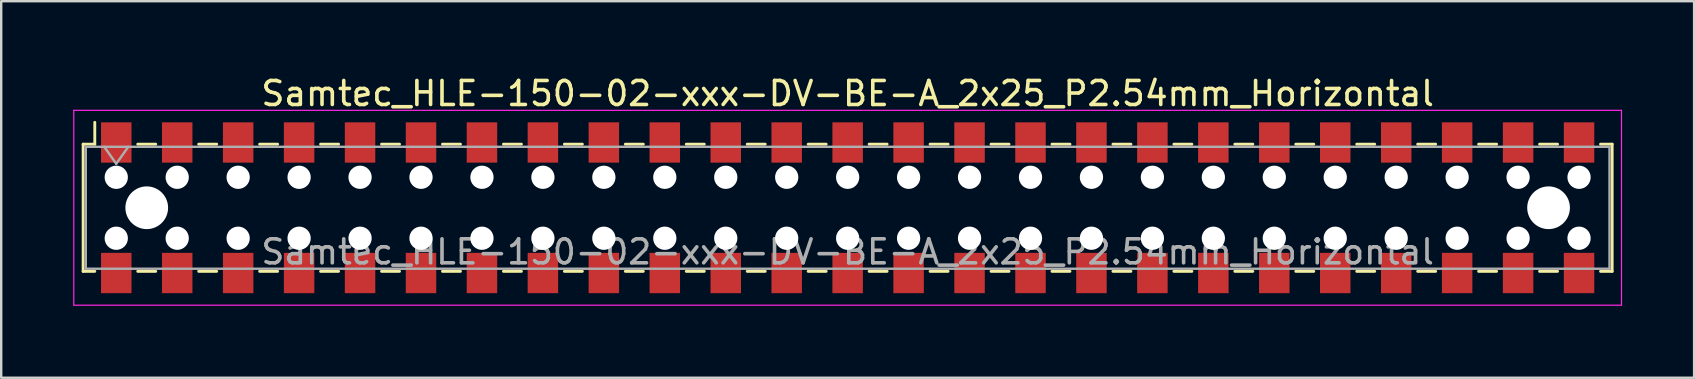
<source format=kicad_pcb>
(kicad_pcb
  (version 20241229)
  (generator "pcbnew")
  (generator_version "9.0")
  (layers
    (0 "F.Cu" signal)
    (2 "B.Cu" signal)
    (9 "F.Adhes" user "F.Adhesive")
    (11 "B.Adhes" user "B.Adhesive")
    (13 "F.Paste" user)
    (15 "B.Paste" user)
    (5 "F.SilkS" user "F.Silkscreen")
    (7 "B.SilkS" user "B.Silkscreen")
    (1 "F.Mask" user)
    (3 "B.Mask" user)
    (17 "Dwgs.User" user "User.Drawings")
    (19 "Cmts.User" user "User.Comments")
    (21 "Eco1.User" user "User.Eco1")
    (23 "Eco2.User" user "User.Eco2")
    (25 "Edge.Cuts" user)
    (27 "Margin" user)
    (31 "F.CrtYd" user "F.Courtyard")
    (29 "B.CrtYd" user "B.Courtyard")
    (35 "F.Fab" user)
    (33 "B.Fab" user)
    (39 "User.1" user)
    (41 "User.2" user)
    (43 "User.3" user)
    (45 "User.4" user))
  (footprint "Samtec_HLE-150-02-xxx-DV-BE-A_2x25_P2.54mm_Horizontal"
    (layer "F.Cu")
    (at 32.275 5.608)
    (property "Reference" "Samtec_HLE-150-02-xxx-DV-BE-A_2x25_P2.54mm_Horizontal" (at 0 -4.76 0) (layer "F.SilkS") (effects (font (size 1 1) (thickness 0.15))))
    (attr smd)
    (fp_line (start -31.86 -2.65) (end -31.86 2.65) (stroke (width 0.12) (type solid)) (layer "F.SilkS"))
    (fp_line (start -31.86 2.65) (end -31.375 2.65) (stroke (width 0.12) (type solid)) (layer "F.SilkS"))
    (fp_line (start -31.375 -3.56) (end -31.375 -2.65) (stroke (width 0.12) (type solid)) (layer "F.SilkS"))
    (fp_line (start -31.375 -2.65) (end -31.86 -2.65) (stroke (width 0.12) (type solid)) (layer "F.SilkS"))
    (fp_line (start -29.585 -2.65) (end -28.835 -2.65) (stroke (width 0.12) (type solid)) (layer "F.SilkS"))
    (fp_line (start -29.585 2.65) (end -28.835 2.65) (stroke (width 0.12) (type solid)) (layer "F.SilkS"))
    (fp_line (start -27.045 -2.65) (end -26.295 -2.65) (stroke (width 0.12) (type solid)) (layer "F.SilkS"))
    (fp_line (start -27.045 2.65) (end -26.295 2.65) (stroke (width 0.12) (type solid)) (layer "F.SilkS"))
    (fp_line (start -24.505 -2.65) (end -23.755 -2.65) (stroke (width 0.12) (type solid)) (layer "F.SilkS"))
    (fp_line (start -24.505 2.65) (end -23.755 2.65) (stroke (width 0.12) (type solid)) (layer "F.SilkS"))
    (fp_line (start -21.965 -2.65) (end -21.215 -2.65) (stroke (width 0.12) (type solid)) (layer "F.SilkS"))
    (fp_line (start -21.965 2.65) (end -21.215 2.65) (stroke (width 0.12) (type solid)) (layer "F.SilkS"))
    (fp_line (start -19.425 -2.65) (end -18.675 -2.65) (stroke (width 0.12) (type solid)) (layer "F.SilkS"))
    (fp_line (start -19.425 2.65) (end -18.675 2.65) (stroke (width 0.12) (type solid)) (layer "F.SilkS"))
    (fp_line (start -16.885 -2.65) (end -16.135 -2.65) (stroke (width 0.12) (type solid)) (layer "F.SilkS"))
    (fp_line (start -16.885 2.65) (end -16.135 2.65) (stroke (width 0.12) (type solid)) (layer "F.SilkS"))
    (fp_line (start -14.345 -2.65) (end -13.595 -2.65) (stroke (width 0.12) (type solid)) (layer "F.SilkS"))
    (fp_line (start -14.345 2.65) (end -13.595 2.65) (stroke (width 0.12) (type solid)) (layer "F.SilkS"))
    (fp_line (start -11.805 -2.65) (end -11.055 -2.65) (stroke (width 0.12) (type solid)) (layer "F.SilkS"))
    (fp_line (start -11.805 2.65) (end -11.055 2.65) (stroke (width 0.12) (type solid)) (layer "F.SilkS"))
    (fp_line (start -9.265 -2.65) (end -8.515 -2.65) (stroke (width 0.12) (type solid)) (layer "F.SilkS"))
    (fp_line (start -9.265 2.65) (end -8.515 2.65) (stroke (width 0.12) (type solid)) (layer "F.SilkS"))
    (fp_line (start -6.725 -2.65) (end -5.975 -2.65) (stroke (width 0.12) (type solid)) (layer "F.SilkS"))
    (fp_line (start -6.725 2.65) (end -5.975 2.65) (stroke (width 0.12) (type solid)) (layer "F.SilkS"))
    (fp_line (start -4.185 -2.65) (end -3.435 -2.65) (stroke (width 0.12) (type solid)) (layer "F.SilkS"))
    (fp_line (start -4.185 2.65) (end -3.435 2.65) (stroke (width 0.12) (type solid)) (layer "F.SilkS"))
    (fp_line (start -1.645 -2.65) (end -0.895 -2.65) (stroke (width 0.12) (type solid)) (layer "F.SilkS"))
    (fp_line (start -1.645 2.65) (end -0.895 2.65) (stroke (width 0.12) (type solid)) (layer "F.SilkS"))
    (fp_line (start 0.895 -2.65) (end 1.645 -2.65) (stroke (width 0.12) (type solid)) (layer "F.SilkS"))
    (fp_line (start 0.895 2.65) (end 1.645 2.65) (stroke (width 0.12) (type solid)) (layer "F.SilkS"))
    (fp_line (start 3.435 -2.65) (end 4.185 -2.65) (stroke (width 0.12) (type solid)) (layer "F.SilkS"))
    (fp_line (start 3.435 2.65) (end 4.185 2.65) (stroke (width 0.12) (type solid)) (layer "F.SilkS"))
    (fp_line (start 5.975 -2.65) (end 6.725 -2.65) (stroke (width 0.12) (type solid)) (layer "F.SilkS"))
    (fp_line (start 5.975 2.65) (end 6.725 2.65) (stroke (width 0.12) (type solid)) (layer "F.SilkS"))
    (fp_line (start 8.515 -2.65) (end 9.265 -2.65) (stroke (width 0.12) (type solid)) (layer "F.SilkS"))
    (fp_line (start 8.515 2.65) (end 9.265 2.65) (stroke (width 0.12) (type solid)) (layer "F.SilkS"))
    (fp_line (start 11.055 -2.65) (end 11.805 -2.65) (stroke (width 0.12) (type solid)) (layer "F.SilkS"))
    (fp_line (start 11.055 2.65) (end 11.805 2.65) (stroke (width 0.12) (type solid)) (layer "F.SilkS"))
    (fp_line (start 13.595 -2.65) (end 14.345 -2.65) (stroke (width 0.12) (type solid)) (layer "F.SilkS"))
    (fp_line (start 13.595 2.65) (end 14.345 2.65) (stroke (width 0.12) (type solid)) (layer "F.SilkS"))
    (fp_line (start 16.135 -2.65) (end 16.885 -2.65) (stroke (width 0.12) (type solid)) (layer "F.SilkS"))
    (fp_line (start 16.135 2.65) (end 16.885 2.65) (stroke (width 0.12) (type solid)) (layer "F.SilkS"))
    (fp_line (start 18.675 -2.65) (end 19.425 -2.65) (stroke (width 0.12) (type solid)) (layer "F.SilkS"))
    (fp_line (start 18.675 2.65) (end 19.425 2.65) (stroke (width 0.12) (type solid)) (layer "F.SilkS"))
    (fp_line (start 21.215 -2.65) (end 21.965 -2.65) (stroke (width 0.12) (type solid)) (layer "F.SilkS"))
    (fp_line (start 21.215 2.65) (end 21.965 2.65) (stroke (width 0.12) (type solid)) (layer "F.SilkS"))
    (fp_line (start 23.755 -2.65) (end 24.505 -2.65) (stroke (width 0.12) (type solid)) (layer "F.SilkS"))
    (fp_line (start 23.755 2.65) (end 24.505 2.65) (stroke (width 0.12) (type solid)) (layer "F.SilkS"))
    (fp_line (start 26.295 -2.65) (end 27.045 -2.65) (stroke (width 0.12) (type solid)) (layer "F.SilkS"))
    (fp_line (start 26.295 2.65) (end 27.045 2.65) (stroke (width 0.12) (type solid)) (layer "F.SilkS"))
    (fp_line (start 28.835 -2.65) (end 29.585 -2.65) (stroke (width 0.12) (type solid)) (layer "F.SilkS"))
    (fp_line (start 28.835 2.65) (end 29.585 2.65) (stroke (width 0.12) (type solid)) (layer "F.SilkS"))
    (fp_line (start 31.375 -2.65) (end 31.86 -2.65) (stroke (width 0.12) (type solid)) (layer "F.SilkS"))
    (fp_line (start 31.86 -2.65) (end 31.86 2.65) (stroke (width 0.12) (type solid)) (layer "F.SilkS"))
    (fp_line (start 31.86 2.65) (end 31.375 2.65) (stroke (width 0.12) (type solid)) (layer "F.SilkS"))
    (fp_line (start -32.25 -4.06) (end 32.25 -4.06) (stroke (width 0.05) (type solid)) (layer "F.CrtYd"))
    (fp_line (start -32.25 4.06) (end -32.25 -4.06) (stroke (width 0.05) (type solid)) (layer "F.CrtYd"))
    (fp_line (start 32.25 -4.06) (end 32.25 4.06) (stroke (width 0.05) (type solid)) (layer "F.CrtYd"))
    (fp_line (start 32.25 4.06) (end -32.25 4.06) (stroke (width 0.05) (type solid)) (layer "F.CrtYd"))
    (fp_line (start -31.75 -2.54) (end 31.75 -2.54) (stroke (width 0.1) (type solid)) (layer "F.Fab"))
    (fp_line (start -31.75 2.54) (end -31.75 -2.54) (stroke (width 0.1) (type solid)) (layer "F.Fab"))
    (fp_line (start -30.98 -2.54) (end -30.48 -1.833) (stroke (width 0.1) (type solid)) (layer "F.Fab"))
    (fp_line (start -30.48 -1.833) (end -29.98 -2.54) (stroke (width 0.1) (type solid)) (layer "F.Fab"))
    (fp_line (start 31.75 -2.54) (end 31.75 2.54) (stroke (width 0.1) (type solid)) (layer "F.Fab"))
    (fp_line (start 31.75 2.54) (end -31.75 2.54) (stroke (width 0.1) (type solid)) (layer "F.Fab"))
    (fp_text user "${REFERENCE}" (at 0 1.84 0) (layer "F.Fab") (effects (font (size 1 1) (thickness 0.15))))
    (pad "" np_thru_hole circle (at -30.48 -1.27) (size 0.97 0.97) (drill 0.97) (layers "*.Cu" "*.Mask"))
    (pad "" np_thru_hole circle (at -30.48 1.27) (size 0.97 0.97) (drill 0.97) (layers "*.Cu" "*.Mask"))
    (pad "" np_thru_hole circle (at -29.21 0) (size 1.78 1.78) (drill 1.78) (layers "*.Cu" "*.Mask"))
    (pad "" np_thru_hole circle (at -27.94 -1.27) (size 0.97 0.97) (drill 0.97) (layers "*.Cu" "*.Mask"))
    (pad "" np_thru_hole circle (at -27.94 1.27) (size 0.97 0.97) (drill 0.97) (layers "*.Cu" "*.Mask"))
    (pad "" np_thru_hole circle (at -25.4 -1.27) (size 0.97 0.97) (drill 0.97) (layers "*.Cu" "*.Mask"))
    (pad "" np_thru_hole circle (at -25.4 1.27) (size 0.97 0.97) (drill 0.97) (layers "*.Cu" "*.Mask"))
    (pad "" np_thru_hole circle (at -22.86 -1.27) (size 0.97 0.97) (drill 0.97) (layers "*.Cu" "*.Mask"))
    (pad "" np_thru_hole circle (at -22.86 1.27) (size 0.97 0.97) (drill 0.97) (layers "*.Cu" "*.Mask"))
    (pad "" np_thru_hole circle (at -20.32 -1.27) (size 0.97 0.97) (drill 0.97) (layers "*.Cu" "*.Mask"))
    (pad "" np_thru_hole circle (at -20.32 1.27) (size 0.97 0.97) (drill 0.97) (layers "*.Cu" "*.Mask"))
    (pad "" np_thru_hole circle (at -17.78 -1.27) (size 0.97 0.97) (drill 0.97) (layers "*.Cu" "*.Mask"))
    (pad "" np_thru_hole circle (at -17.78 1.27) (size 0.97 0.97) (drill 0.97) (layers "*.Cu" "*.Mask"))
    (pad "" np_thru_hole circle (at -15.24 -1.27) (size 0.97 0.97) (drill 0.97) (layers "*.Cu" "*.Mask"))
    (pad "" np_thru_hole circle (at -15.24 1.27) (size 0.97 0.97) (drill 0.97) (layers "*.Cu" "*.Mask"))
    (pad "" np_thru_hole circle (at -12.7 -1.27) (size 0.97 0.97) (drill 0.97) (layers "*.Cu" "*.Mask"))
    (pad "" np_thru_hole circle (at -12.7 1.27) (size 0.97 0.97) (drill 0.97) (layers "*.Cu" "*.Mask"))
    (pad "" np_thru_hole circle (at -10.16 -1.27) (size 0.97 0.97) (drill 0.97) (layers "*.Cu" "*.Mask"))
    (pad "" np_thru_hole circle (at -10.16 1.27) (size 0.97 0.97) (drill 0.97) (layers "*.Cu" "*.Mask"))
    (pad "" np_thru_hole circle (at -7.62 -1.27) (size 0.97 0.97) (drill 0.97) (layers "*.Cu" "*.Mask"))
    (pad "" np_thru_hole circle (at -7.62 1.27) (size 0.97 0.97) (drill 0.97) (layers "*.Cu" "*.Mask"))
    (pad "" np_thru_hole circle (at -5.08 -1.27) (size 0.97 0.97) (drill 0.97) (layers "*.Cu" "*.Mask"))
    (pad "" np_thru_hole circle (at -5.08 1.27) (size 0.97 0.97) (drill 0.97) (layers "*.Cu" "*.Mask"))
    (pad "" np_thru_hole circle (at -2.54 -1.27) (size 0.97 0.97) (drill 0.97) (layers "*.Cu" "*.Mask"))
    (pad "" np_thru_hole circle (at -2.54 1.27) (size 0.97 0.97) (drill 0.97) (layers "*.Cu" "*.Mask"))
    (pad "" np_thru_hole circle (at 0 -1.27) (size 0.97 0.97) (drill 0.97) (layers "*.Cu" "*.Mask"))
    (pad "" np_thru_hole circle (at 0 1.27) (size 0.97 0.97) (drill 0.97) (layers "*.Cu" "*.Mask"))
    (pad "" np_thru_hole circle (at 2.54 -1.27) (size 0.97 0.97) (drill 0.97) (layers "*.Cu" "*.Mask"))
    (pad "" np_thru_hole circle (at 2.54 1.27) (size 0.97 0.97) (drill 0.97) (layers "*.Cu" "*.Mask"))
    (pad "" np_thru_hole circle (at 5.08 -1.27) (size 0.97 0.97) (drill 0.97) (layers "*.Cu" "*.Mask"))
    (pad "" np_thru_hole circle (at 5.08 1.27) (size 0.97 0.97) (drill 0.97) (layers "*.Cu" "*.Mask"))
    (pad "" np_thru_hole circle (at 7.62 -1.27) (size 0.97 0.97) (drill 0.97) (layers "*.Cu" "*.Mask"))
    (pad "" np_thru_hole circle (at 7.62 1.27) (size 0.97 0.97) (drill 0.97) (layers "*.Cu" "*.Mask"))
    (pad "" np_thru_hole circle (at 10.16 -1.27) (size 0.97 0.97) (drill 0.97) (layers "*.Cu" "*.Mask"))
    (pad "" np_thru_hole circle (at 10.16 1.27) (size 0.97 0.97) (drill 0.97) (layers "*.Cu" "*.Mask"))
    (pad "" np_thru_hole circle (at 12.7 -1.27) (size 0.97 0.97) (drill 0.97) (layers "*.Cu" "*.Mask"))
    (pad "" np_thru_hole circle (at 12.7 1.27) (size 0.97 0.97) (drill 0.97) (layers "*.Cu" "*.Mask"))
    (pad "" np_thru_hole circle (at 15.24 -1.27) (size 0.97 0.97) (drill 0.97) (layers "*.Cu" "*.Mask"))
    (pad "" np_thru_hole circle (at 15.24 1.27) (size 0.97 0.97) (drill 0.97) (layers "*.Cu" "*.Mask"))
    (pad "" np_thru_hole circle (at 17.78 -1.27) (size 0.97 0.97) (drill 0.97) (layers "*.Cu" "*.Mask"))
    (pad "" np_thru_hole circle (at 17.78 1.27) (size 0.97 0.97) (drill 0.97) (layers "*.Cu" "*.Mask"))
    (pad "" np_thru_hole circle (at 20.32 -1.27) (size 0.97 0.97) (drill 0.97) (layers "*.Cu" "*.Mask"))
    (pad "" np_thru_hole circle (at 20.32 1.27) (size 0.97 0.97) (drill 0.97) (layers "*.Cu" "*.Mask"))
    (pad "" np_thru_hole circle (at 22.86 -1.27) (size 0.97 0.97) (drill 0.97) (layers "*.Cu" "*.Mask"))
    (pad "" np_thru_hole circle (at 22.86 1.27) (size 0.97 0.97) (drill 0.97) (layers "*.Cu" "*.Mask"))
    (pad "" np_thru_hole circle (at 25.4 -1.27) (size 0.97 0.97) (drill 0.97) (layers "*.Cu" "*.Mask"))
    (pad "" np_thru_hole circle (at 25.4 1.27) (size 0.97 0.97) (drill 0.97) (layers "*.Cu" "*.Mask"))
    (pad "" np_thru_hole circle (at 27.94 -1.27) (size 0.97 0.97) (drill 0.97) (layers "*.Cu" "*.Mask"))
    (pad "" np_thru_hole circle (at 27.94 1.27) (size 0.97 0.97) (drill 0.97) (layers "*.Cu" "*.Mask"))
    (pad "" np_thru_hole circle (at 29.21 0) (size 1.78 1.78) (drill 1.78) (layers "*.Cu" "*.Mask"))
    (pad "" np_thru_hole circle (at 30.48 -1.27) (size 0.97 0.97) (drill 0.97) (layers "*.Cu" "*.Mask"))
    (pad "" np_thru_hole circle (at 30.48 1.27) (size 0.97 0.97) (drill 0.97) (layers "*.Cu" "*.Mask"))
    (pad "1" smd rect (at -30.48 -2.72) (size 1.27 1.68) (layers "F.Cu" "F.Mask" "F.Paste"))
    (pad "2" smd rect (at -30.48 2.72) (size 1.27 1.68) (layers "F.Cu" "F.Mask" "F.Paste"))
    (pad "3" smd rect (at -27.94 -2.72) (size 1.27 1.68) (layers "F.Cu" "F.Mask" "F.Paste"))
    (pad "4" smd rect (at -27.94 2.72) (size 1.27 1.68) (layers "F.Cu" "F.Mask" "F.Paste"))
    (pad "5" smd rect (at -25.4 -2.72) (size 1.27 1.68) (layers "F.Cu" "F.Mask" "F.Paste"))
    (pad "6" smd rect (at -25.4 2.72) (size 1.27 1.68) (layers "F.Cu" "F.Mask" "F.Paste"))
    (pad "7" smd rect (at -22.86 -2.72) (size 1.27 1.68) (layers "F.Cu" "F.Mask" "F.Paste"))
    (pad "8" smd rect (at -22.86 2.72) (size 1.27 1.68) (layers "F.Cu" "F.Mask" "F.Paste"))
    (pad "9" smd rect (at -20.32 -2.72) (size 1.27 1.68) (layers "F.Cu" "F.Mask" "F.Paste"))
    (pad "10" smd rect (at -20.32 2.72) (size 1.27 1.68) (layers "F.Cu" "F.Mask" "F.Paste"))
    (pad "11" smd rect (at -17.78 -2.72) (size 1.27 1.68) (layers "F.Cu" "F.Mask" "F.Paste"))
    (pad "12" smd rect (at -17.78 2.72) (size 1.27 1.68) (layers "F.Cu" "F.Mask" "F.Paste"))
    (pad "13" smd rect (at -15.24 -2.72) (size 1.27 1.68) (layers "F.Cu" "F.Mask" "F.Paste"))
    (pad "14" smd rect (at -15.24 2.72) (size 1.27 1.68) (layers "F.Cu" "F.Mask" "F.Paste"))
    (pad "15" smd rect (at -12.7 -2.72) (size 1.27 1.68) (layers "F.Cu" "F.Mask" "F.Paste"))
    (pad "16" smd rect (at -12.7 2.72) (size 1.27 1.68) (layers "F.Cu" "F.Mask" "F.Paste"))
    (pad "17" smd rect (at -10.16 -2.72) (size 1.27 1.68) (layers "F.Cu" "F.Mask" "F.Paste"))
    (pad "18" smd rect (at -10.16 2.72) (size 1.27 1.68) (layers "F.Cu" "F.Mask" "F.Paste"))
    (pad "19" smd rect (at -7.62 -2.72) (size 1.27 1.68) (layers "F.Cu" "F.Mask" "F.Paste"))
    (pad "20" smd rect (at -7.62 2.72) (size 1.27 1.68) (layers "F.Cu" "F.Mask" "F.Paste"))
    (pad "21" smd rect (at -5.08 -2.72) (size 1.27 1.68) (layers "F.Cu" "F.Mask" "F.Paste"))
    (pad "22" smd rect (at -5.08 2.72) (size 1.27 1.68) (layers "F.Cu" "F.Mask" "F.Paste"))
    (pad "23" smd rect (at -2.54 -2.72) (size 1.27 1.68) (layers "F.Cu" "F.Mask" "F.Paste"))
    (pad "24" smd rect (at -2.54 2.72) (size 1.27 1.68) (layers "F.Cu" "F.Mask" "F.Paste"))
    (pad "25" smd rect (at 0 -2.72) (size 1.27 1.68) (layers "F.Cu" "F.Mask" "F.Paste"))
    (pad "26" smd rect (at 0 2.72) (size 1.27 1.68) (layers "F.Cu" "F.Mask" "F.Paste"))
    (pad "27" smd rect (at 2.54 -2.72) (size 1.27 1.68) (layers "F.Cu" "F.Mask" "F.Paste"))
    (pad "28" smd rect (at 2.54 2.72) (size 1.27 1.68) (layers "F.Cu" "F.Mask" "F.Paste"))
    (pad "29" smd rect (at 5.08 -2.72) (size 1.27 1.68) (layers "F.Cu" "F.Mask" "F.Paste"))
    (pad "30" smd rect (at 5.08 2.72) (size 1.27 1.68) (layers "F.Cu" "F.Mask" "F.Paste"))
    (pad "31" smd rect (at 7.62 -2.72) (size 1.27 1.68) (layers "F.Cu" "F.Mask" "F.Paste"))
    (pad "32" smd rect (at 7.62 2.72) (size 1.27 1.68) (layers "F.Cu" "F.Mask" "F.Paste"))
    (pad "33" smd rect (at 10.16 -2.72) (size 1.27 1.68) (layers "F.Cu" "F.Mask" "F.Paste"))
    (pad "34" smd rect (at 10.16 2.72) (size 1.27 1.68) (layers "F.Cu" "F.Mask" "F.Paste"))
    (pad "35" smd rect (at 12.7 -2.72) (size 1.27 1.68) (layers "F.Cu" "F.Mask" "F.Paste"))
    (pad "36" smd rect (at 12.7 2.72) (size 1.27 1.68) (layers "F.Cu" "F.Mask" "F.Paste"))
    (pad "37" smd rect (at 15.24 -2.72) (size 1.27 1.68) (layers "F.Cu" "F.Mask" "F.Paste"))
    (pad "38" smd rect (at 15.24 2.72) (size 1.27 1.68) (layers "F.Cu" "F.Mask" "F.Paste"))
    (pad "39" smd rect (at 17.78 -2.72) (size 1.27 1.68) (layers "F.Cu" "F.Mask" "F.Paste"))
    (pad "40" smd rect (at 17.78 2.72) (size 1.27 1.68) (layers "F.Cu" "F.Mask" "F.Paste"))
    (pad "41" smd rect (at 20.32 -2.72) (size 1.27 1.68) (layers "F.Cu" "F.Mask" "F.Paste"))
    (pad "42" smd rect (at 20.32 2.72) (size 1.27 1.68) (layers "F.Cu" "F.Mask" "F.Paste"))
    (pad "43" smd rect (at 22.86 -2.72) (size 1.27 1.68) (layers "F.Cu" "F.Mask" "F.Paste"))
    (pad "44" smd rect (at 22.86 2.72) (size 1.27 1.68) (layers "F.Cu" "F.Mask" "F.Paste"))
    (pad "45" smd rect (at 25.4 -2.72) (size 1.27 1.68) (layers "F.Cu" "F.Mask" "F.Paste"))
    (pad "46" smd rect (at 25.4 2.72) (size 1.27 1.68) (layers "F.Cu" "F.Mask" "F.Paste"))
    (pad "47" smd rect (at 27.94 -2.72) (size 1.27 1.68) (layers "F.Cu" "F.Mask" "F.Paste"))
    (pad "48" smd rect (at 27.94 2.72) (size 1.27 1.68) (layers "F.Cu" "F.Mask" "F.Paste"))
    (pad "49" smd rect (at 30.48 -2.72) (size 1.27 1.68) (layers "F.Cu" "F.Mask" "F.Paste"))
    (pad "50" smd rect (at 30.48 2.72) (size 1.27 1.68) (layers "F.Cu" "F.Mask" "F.Paste")))
  (gr_rect
    (start -3 -3)
    (end 67.55 12.693)
    (stroke (width 0.1) (type default))
    (fill no)
    (layer "Edge.Cuts")))
</source>
